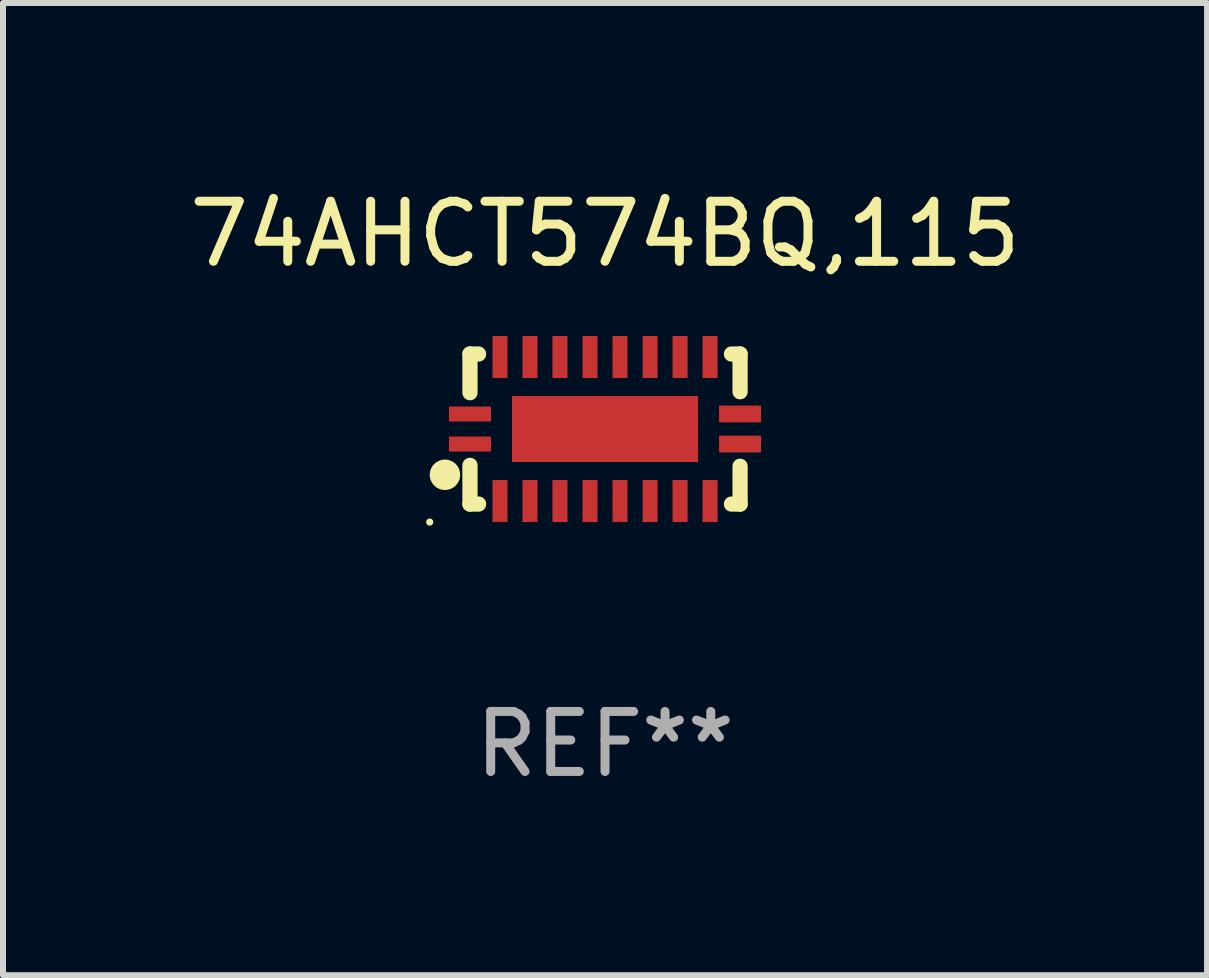
<source format=kicad_pcb>
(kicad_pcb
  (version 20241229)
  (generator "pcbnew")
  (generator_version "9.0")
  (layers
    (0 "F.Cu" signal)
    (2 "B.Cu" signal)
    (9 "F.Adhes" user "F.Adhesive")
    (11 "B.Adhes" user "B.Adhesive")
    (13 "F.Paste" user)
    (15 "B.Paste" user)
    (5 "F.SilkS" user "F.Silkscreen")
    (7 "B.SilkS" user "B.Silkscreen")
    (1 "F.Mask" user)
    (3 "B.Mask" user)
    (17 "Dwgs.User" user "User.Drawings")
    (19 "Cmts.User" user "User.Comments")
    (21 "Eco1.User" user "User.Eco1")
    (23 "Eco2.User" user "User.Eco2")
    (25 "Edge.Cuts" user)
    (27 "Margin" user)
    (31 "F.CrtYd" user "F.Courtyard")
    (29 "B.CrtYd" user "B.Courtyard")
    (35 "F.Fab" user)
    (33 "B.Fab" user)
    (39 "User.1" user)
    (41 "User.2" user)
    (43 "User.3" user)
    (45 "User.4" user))
  (footprint "74AHCT574BQ,115"
    (layer "F.Cu")
    (at 7.03 4.098)
    (property "Reference" "74AHCT574BQ,115" (at 0 -3.25 0) (layer "F.SilkS") (effects (font (size 1 1) (thickness 0.15))))
    (attr through_hole)
    (fp_line (start -2.25 0.605) (end -2.25 1.25) (stroke (width 0.254) (type solid)) (layer "F.SilkS"))
    (fp_line (start -2.25 1.25) (end -2.107 1.25) (stroke (width 0.254) (type solid)) (layer "F.SilkS"))
    (fp_line (start -2.25 -1.25) (end -2.25 -0.606) (stroke (width 0.254) (type solid)) (layer "F.SilkS"))
    (fp_line (start -2.25 -1.25) (end -2.107 -1.25) (stroke (width 0.254) (type solid)) (layer "F.SilkS"))
    (fp_line (start 2.107 -1.25) (end 2.25 -1.25) (stroke (width 0.254) (type solid)) (layer "F.SilkS"))
    (fp_line (start 2.107 1.25) (end 2.25 1.25) (stroke (width 0.254) (type solid)) (layer "F.SilkS"))
    (fp_line (start 2.25 -1.25) (end 2.25 -0.622) (stroke (width 0.254) (type solid)) (layer "F.SilkS"))
    (fp_line (start 2.25 0.62) (end 2.25 1.25) (stroke (width 0.254) (type solid)) (layer "F.SilkS"))
    (fp_circle (center -2.921 1.55) (end -2.891 1.55) (stroke (width 0.06) (type solid)) (fill no) (layer "F.SilkS"))
    (fp_circle (center -2.667 0.762) (end -2.54 0.762) (stroke (width 0.254) (type solid)) (fill no) (layer "F.SilkS"))
    (fp_text user "REF**" (at 0 5.25 0) (layer "F.Fab") (effects (font (size 1 1) (thickness 0.15))))
    (pad "1" smd rect (at -2.25 0.25 180) (size 0.7 0.25) (layers "F.Cu" "F.Mask" "F.Paste"))
    (pad "2" smd rect (at -1.75 1.2 90) (size 0.7 0.25) (layers "F.Cu" "F.Mask" "F.Paste"))
    (pad "3" smd rect (at -1.25 1.2 90) (size 0.7 0.25) (layers "F.Cu" "F.Mask" "F.Paste"))
    (pad "4" smd rect (at -0.751 1.2 90) (size 0.7 0.25) (layers "F.Cu" "F.Mask" "F.Paste"))
    (pad "5" smd rect (at -0.25 1.2 90) (size 0.7 0.25) (layers "F.Cu" "F.Mask" "F.Paste"))
    (pad "6" smd rect (at 0.25 1.2 90) (size 0.7 0.25) (layers "F.Cu" "F.Mask" "F.Paste"))
    (pad "7" smd rect (at 0.751 1.2 90) (size 0.7 0.25) (layers "F.Cu" "F.Mask" "F.Paste"))
    (pad "8" smd rect (at 1.25 1.2 90) (size 0.7 0.25) (layers "F.Cu" "F.Mask" "F.Paste"))
    (pad "9" smd rect (at 1.75 1.2 90) (size 0.7 0.25) (layers "F.Cu" "F.Mask" "F.Paste"))
    (pad "10" smd rect (at 2.25 0.25 180) (size 0.7 0.28) (layers "F.Cu" "F.Mask" "F.Paste"))
    (pad "11" smd rect (at 2.25 -0.251 180) (size 0.7 0.28) (layers "F.Cu" "F.Mask" "F.Paste"))
    (pad "12" smd rect (at 1.75 -1.2 90) (size 0.7 0.25) (layers "F.Cu" "F.Mask" "F.Paste"))
    (pad "13" smd rect (at 1.25 -1.2 90) (size 0.7 0.25) (layers "F.Cu" "F.Mask" "F.Paste"))
    (pad "14" smd rect (at 0.751 -1.2 90) (size 0.7 0.25) (layers "F.Cu" "F.Mask" "F.Paste"))
    (pad "15" smd rect (at 0.25 -1.2 90) (size 0.7 0.25) (layers "F.Cu" "F.Mask" "F.Paste"))
    (pad "16" smd rect (at -0.25 -1.2 90) (size 0.7 0.25) (layers "F.Cu" "F.Mask" "F.Paste"))
    (pad "17" smd rect (at -0.751 -1.2 90) (size 0.7 0.25) (layers "F.Cu" "F.Mask" "F.Paste"))
    (pad "18" smd rect (at -1.25 -1.2 90) (size 0.7 0.25) (layers "F.Cu" "F.Mask" "F.Paste"))
    (pad "19" smd rect (at -1.75 -1.2 90) (size 0.7 0.25) (layers "F.Cu" "F.Mask" "F.Paste"))
    (pad "20" smd rect (at -2.25 -0.25 180) (size 0.7 0.25) (layers "F.Cu" "F.Mask" "F.Paste"))
    (pad "21" smd rect (at 0 -0.001 180) (size 3.1 1.1) (layers "F.Cu" "F.Mask" "F.Paste")))
  (gr_rect
    (start -3 -3)
    (end 17.06 13.197)
    (stroke (width 0.1) (type default))
    (fill no)
    (layer "Edge.Cuts")))
</source>
